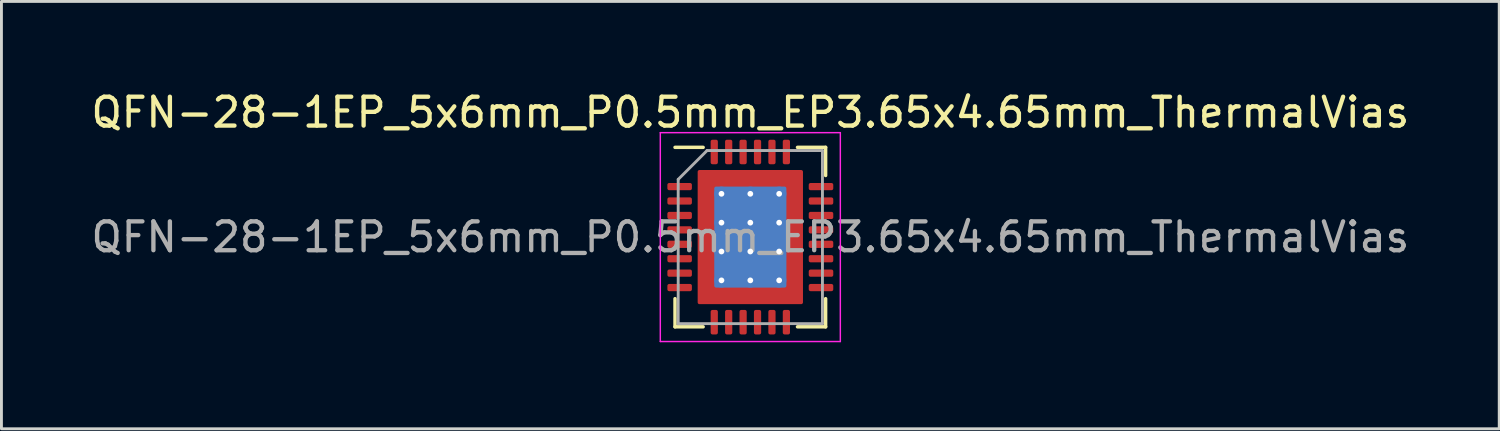
<source format=kicad_pcb>
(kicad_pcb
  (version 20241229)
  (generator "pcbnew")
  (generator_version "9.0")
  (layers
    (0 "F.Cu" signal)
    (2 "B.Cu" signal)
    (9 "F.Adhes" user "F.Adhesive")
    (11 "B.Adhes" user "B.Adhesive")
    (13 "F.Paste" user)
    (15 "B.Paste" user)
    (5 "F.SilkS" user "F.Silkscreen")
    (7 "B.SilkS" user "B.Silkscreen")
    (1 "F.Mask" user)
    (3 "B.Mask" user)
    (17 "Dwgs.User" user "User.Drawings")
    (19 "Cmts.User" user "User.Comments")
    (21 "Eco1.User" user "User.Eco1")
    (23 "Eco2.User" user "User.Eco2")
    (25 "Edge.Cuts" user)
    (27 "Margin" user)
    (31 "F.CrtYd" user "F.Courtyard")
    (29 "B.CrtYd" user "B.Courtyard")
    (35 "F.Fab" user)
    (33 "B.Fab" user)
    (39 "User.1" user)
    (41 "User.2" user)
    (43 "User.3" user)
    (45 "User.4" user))
  (footprint "QFN-28-1EP_5x6mm_P0.5mm_EP3.65x4.65mm_ThermalVias"
    (layer "F.Cu")
    (at 22.958 5.168)
    (property "Reference" "QFN-28-1EP_5x6mm_P0.5mm_EP3.65x4.65mm_ThermalVias" (at 0 -4.32 0) (layer "F.SilkS") (effects (font (size 1 1) (thickness 0.15))))
    (attr smd)
    (fp_line (start -2.61 3.11) (end -2.61 2.135) (stroke (width 0.12) (type solid)) (layer "F.SilkS"))
    (fp_line (start -1.635 -3.11) (end -2.61 -3.11) (stroke (width 0.12) (type solid)) (layer "F.SilkS"))
    (fp_line (start -1.635 3.11) (end -2.61 3.11) (stroke (width 0.12) (type solid)) (layer "F.SilkS"))
    (fp_line (start 1.635 -3.11) (end 2.61 -3.11) (stroke (width 0.12) (type solid)) (layer "F.SilkS"))
    (fp_line (start 1.635 3.11) (end 2.61 3.11) (stroke (width 0.12) (type solid)) (layer "F.SilkS"))
    (fp_line (start 2.61 -3.11) (end 2.61 -2.135) (stroke (width 0.12) (type solid)) (layer "F.SilkS"))
    (fp_line (start 2.61 3.11) (end 2.61 2.135) (stroke (width 0.12) (type solid)) (layer "F.SilkS"))
    (fp_line (start -3.12 -3.62) (end -3.12 3.62) (stroke (width 0.05) (type solid)) (layer "F.CrtYd"))
    (fp_line (start -3.12 3.62) (end 3.12 3.62) (stroke (width 0.05) (type solid)) (layer "F.CrtYd"))
    (fp_line (start 3.12 -3.62) (end -3.12 -3.62) (stroke (width 0.05) (type solid)) (layer "F.CrtYd"))
    (fp_line (start 3.12 3.62) (end 3.12 -3.62) (stroke (width 0.05) (type solid)) (layer "F.CrtYd"))
    (fp_line (start -2.5 -2) (end -1.5 -3) (stroke (width 0.1) (type solid)) (layer "F.Fab"))
    (fp_line (start -2.5 3) (end -2.5 -2) (stroke (width 0.1) (type solid)) (layer "F.Fab"))
    (fp_line (start -1.5 -3) (end 2.5 -3) (stroke (width 0.1) (type solid)) (layer "F.Fab"))
    (fp_line (start 2.5 -3) (end 2.5 3) (stroke (width 0.1) (type solid)) (layer "F.Fab"))
    (fp_line (start 2.5 3) (end -2.5 3) (stroke (width 0.1) (type solid)) (layer "F.Fab"))
    (fp_text user "${REFERENCE}" (at 0 0 0) (layer "F.Fab") (effects (font (size 1 1) (thickness 0.15))))
    (pad "" smd custom (at -1.413 -1.913) (size 0.578 0.578) (layers "F.Paste") (options (anchor circle)) (primitives (gr_poly (pts (xy -0.246 -0.246) (xy 0.246 -0.246) (xy 0.246 0.174) (xy 0.174 0.246) (xy -0.246 0.246)) (width 0.174) (fill yes))))
    (pad "" smd custom (at -1.413 -1) (size 0.59 0.59) (layers "F.Paste") (options (anchor circle)) (primitives (gr_poly (pts (xy -0.258 -0.328) (xy 0.195 -0.328) (xy 0.258 -0.266) (xy 0.258 0.266) (xy 0.195 0.328) (xy -0.258 0.328)) (width 0.15) (fill yes))))
    (pad "" smd custom (at -1.413 0) (size 0.59 0.59) (layers "F.Paste") (options (anchor circle)) (primitives (gr_poly (pts (xy -0.258 -0.328) (xy 0.195 -0.328) (xy 0.258 -0.266) (xy 0.258 0.266) (xy 0.195 0.328) (xy -0.258 0.328)) (width 0.15) (fill yes))))
    (pad "" smd custom (at -1.413 1) (size 0.59 0.59) (layers "F.Paste") (options (anchor circle)) (primitives (gr_poly (pts (xy -0.258 -0.328) (xy 0.195 -0.328) (xy 0.258 -0.266) (xy 0.258 0.266) (xy 0.195 0.328) (xy -0.258 0.328)) (width 0.15) (fill yes))))
    (pad "" smd custom (at -1.413 1.913) (size 0.578 0.578) (layers "F.Paste") (options (anchor circle)) (primitives (gr_poly (pts (xy -0.246 -0.246) (xy 0.174 -0.246) (xy 0.246 -0.174) (xy 0.246 0.246) (xy -0.246 0.246)) (width 0.174) (fill yes))))
    (pad "" smd custom (at -0.5 -1.913) (size 0.59 0.59) (layers "F.Paste") (options (anchor circle)) (primitives (gr_poly (pts (xy -0.328 -0.258) (xy 0.328 -0.258) (xy 0.328 0.195) (xy 0.266 0.258) (xy -0.266 0.258) (xy -0.328 0.195)) (width 0.15) (fill yes))))
    (pad "" smd roundrect (at -0.5 -1) (size 0.806 0.806) (layers "F.Paste") (roundrect_rratio 0.25))
    (pad "" smd roundrect (at -0.5 0) (size 0.806 0.806) (layers "F.Paste") (roundrect_rratio 0.25))
    (pad "" smd roundrect (at -0.5 1) (size 0.806 0.806) (layers "F.Paste") (roundrect_rratio 0.25))
    (pad "" smd custom (at -0.5 1.913) (size 0.59 0.59) (layers "F.Paste") (options (anchor circle)) (primitives (gr_poly (pts (xy -0.328 -0.195) (xy -0.266 -0.258) (xy 0.266 -0.258) (xy 0.328 -0.195) (xy 0.328 0.258) (xy -0.328 0.258)) (width 0.15) (fill yes))))
    (pad "" smd custom (at 0.5 -1.913) (size 0.59 0.59) (layers "F.Paste") (options (anchor circle)) (primitives (gr_poly (pts (xy -0.328 -0.258) (xy 0.328 -0.258) (xy 0.328 0.195) (xy 0.266 0.258) (xy -0.266 0.258) (xy -0.328 0.195)) (width 0.15) (fill yes))))
    (pad "" smd roundrect (at 0.5 -1) (size 0.806 0.806) (layers "F.Paste") (roundrect_rratio 0.25))
    (pad "" smd roundrect (at 0.5 0) (size 0.806 0.806) (layers "F.Paste") (roundrect_rratio 0.25))
    (pad "" smd roundrect (at 0.5 1) (size 0.806 0.806) (layers "F.Paste") (roundrect_rratio 0.25))
    (pad "" smd custom (at 0.5 1.913) (size 0.59 0.59) (layers "F.Paste") (options (anchor circle)) (primitives (gr_poly (pts (xy -0.328 -0.195) (xy -0.266 -0.258) (xy 0.266 -0.258) (xy 0.328 -0.195) (xy 0.328 0.258) (xy -0.328 0.258)) (width 0.15) (fill yes))))
    (pad "" smd custom (at 1.413 -1.913) (size 0.578 0.578) (layers "F.Paste") (options (anchor circle)) (primitives (gr_poly (pts (xy -0.246 -0.246) (xy 0.246 -0.246) (xy 0.246 0.246) (xy -0.174 0.246) (xy -0.246 0.174)) (width 0.174) (fill yes))))
    (pad "" smd custom (at 1.413 -1) (size 0.59 0.59) (layers "F.Paste") (options (anchor circle)) (primitives (gr_poly (pts (xy -0.258 -0.266) (xy -0.195 -0.328) (xy 0.258 -0.328) (xy 0.258 0.328) (xy -0.195 0.328) (xy -0.258 0.266)) (width 0.15) (fill yes))))
    (pad "" smd custom (at 1.413 0) (size 0.59 0.59) (layers "F.Paste") (options (anchor circle)) (primitives (gr_poly (pts (xy -0.258 -0.266) (xy -0.195 -0.328) (xy 0.258 -0.328) (xy 0.258 0.328) (xy -0.195 0.328) (xy -0.258 0.266)) (width 0.15) (fill yes))))
    (pad "" smd custom (at 1.413 1) (size 0.59 0.59) (layers "F.Paste") (options (anchor circle)) (primitives (gr_poly (pts (xy -0.258 -0.266) (xy -0.195 -0.328) (xy 0.258 -0.328) (xy 0.258 0.328) (xy -0.195 0.328) (xy -0.258 0.266)) (width 0.15) (fill yes))))
    (pad "" smd custom (at 1.413 1.913) (size 0.578 0.578) (layers "F.Paste") (options (anchor circle)) (primitives (gr_poly (pts (xy -0.246 -0.174) (xy -0.174 -0.246) (xy 0.246 -0.246) (xy 0.246 0.246) (xy -0.246 0.246)) (width 0.174) (fill yes))))
    (pad "1" smd roundrect (at -2.45 -1.75) (size 0.85 0.25) (layers "F.Cu" "F.Mask" "F.Paste") (roundrect_rratio 0.25))
    (pad "2" smd roundrect (at -2.45 -1.25) (size 0.85 0.25) (layers "F.Cu" "F.Mask" "F.Paste") (roundrect_rratio 0.25))
    (pad "3" smd roundrect (at -2.45 -0.75) (size 0.85 0.25) (layers "F.Cu" "F.Mask" "F.Paste") (roundrect_rratio 0.25))
    (pad "4" smd roundrect (at -2.45 -0.25) (size 0.85 0.25) (layers "F.Cu" "F.Mask" "F.Paste") (roundrect_rratio 0.25))
    (pad "5" smd roundrect (at -2.45 0.25) (size 0.85 0.25) (layers "F.Cu" "F.Mask" "F.Paste") (roundrect_rratio 0.25))
    (pad "6" smd roundrect (at -2.45 0.75) (size 0.85 0.25) (layers "F.Cu" "F.Mask" "F.Paste") (roundrect_rratio 0.25))
    (pad "7" smd roundrect (at -2.45 1.25) (size 0.85 0.25) (layers "F.Cu" "F.Mask" "F.Paste") (roundrect_rratio 0.25))
    (pad "8" smd roundrect (at -2.45 1.75) (size 0.85 0.25) (layers "F.Cu" "F.Mask" "F.Paste") (roundrect_rratio 0.25))
    (pad "9" smd roundrect (at -1.25 2.95) (size 0.25 0.85) (layers "F.Cu" "F.Mask" "F.Paste") (roundrect_rratio 0.25))
    (pad "10" smd roundrect (at -0.75 2.95) (size 0.25 0.85) (layers "F.Cu" "F.Mask" "F.Paste") (roundrect_rratio 0.25))
    (pad "11" smd roundrect (at -0.25 2.95) (size 0.25 0.85) (layers "F.Cu" "F.Mask" "F.Paste") (roundrect_rratio 0.25))
    (pad "12" smd roundrect (at 0.25 2.95) (size 0.25 0.85) (layers "F.Cu" "F.Mask" "F.Paste") (roundrect_rratio 0.25))
    (pad "13" smd roundrect (at 0.75 2.95) (size 0.25 0.85) (layers "F.Cu" "F.Mask" "F.Paste") (roundrect_rratio 0.25))
    (pad "14" smd roundrect (at 1.25 2.95) (size 0.25 0.85) (layers "F.Cu" "F.Mask" "F.Paste") (roundrect_rratio 0.25))
    (pad "15" smd roundrect (at 2.45 1.75) (size 0.85 0.25) (layers "F.Cu" "F.Mask" "F.Paste") (roundrect_rratio 0.25))
    (pad "16" smd roundrect (at 2.45 1.25) (size 0.85 0.25) (layers "F.Cu" "F.Mask" "F.Paste") (roundrect_rratio 0.25))
    (pad "17" smd roundrect (at 2.45 0.75) (size 0.85 0.25) (layers "F.Cu" "F.Mask" "F.Paste") (roundrect_rratio 0.25))
    (pad "18" smd roundrect (at 2.45 0.25) (size 0.85 0.25) (layers "F.Cu" "F.Mask" "F.Paste") (roundrect_rratio 0.25))
    (pad "19" smd roundrect (at 2.45 -0.25) (size 0.85 0.25) (layers "F.Cu" "F.Mask" "F.Paste") (roundrect_rratio 0.25))
    (pad "20" smd roundrect (at 2.45 -0.75) (size 0.85 0.25) (layers "F.Cu" "F.Mask" "F.Paste") (roundrect_rratio 0.25))
    (pad "21" smd roundrect (at 2.45 -1.25) (size 0.85 0.25) (layers "F.Cu" "F.Mask" "F.Paste") (roundrect_rratio 0.25))
    (pad "22" smd roundrect (at 2.45 -1.75) (size 0.85 0.25) (layers "F.Cu" "F.Mask" "F.Paste") (roundrect_rratio 0.25))
    (pad "23" smd roundrect (at 1.25 -2.95) (size 0.25 0.85) (layers "F.Cu" "F.Mask" "F.Paste") (roundrect_rratio 0.25))
    (pad "24" smd roundrect (at 0.75 -2.95) (size 0.25 0.85) (layers "F.Cu" "F.Mask" "F.Paste") (roundrect_rratio 0.25))
    (pad "25" smd roundrect (at 0.25 -2.95) (size 0.25 0.85) (layers "F.Cu" "F.Mask" "F.Paste") (roundrect_rratio 0.25))
    (pad "26" smd roundrect (at -0.25 -2.95) (size 0.25 0.85) (layers "F.Cu" "F.Mask" "F.Paste") (roundrect_rratio 0.25))
    (pad "27" smd roundrect (at -0.75 -2.95) (size 0.25 0.85) (layers "F.Cu" "F.Mask" "F.Paste") (roundrect_rratio 0.25))
    (pad "28" smd roundrect (at -1.25 -2.95) (size 0.25 0.85) (layers "F.Cu" "F.Mask" "F.Paste") (roundrect_rratio 0.25))
    (pad "29" thru_hole circle (at -1 -1.5) (size 0.5 0.5) (drill 0.2) (layers "*.Cu"))
    (pad "29" thru_hole circle (at -1 -0.5) (size 0.5 0.5) (drill 0.2) (layers "*.Cu"))
    (pad "29" thru_hole circle (at -1 0.5) (size 0.5 0.5) (drill 0.2) (layers "*.Cu"))
    (pad "29" thru_hole circle (at -1 1.5) (size 0.5 0.5) (drill 0.2) (layers "*.Cu"))
    (pad "29" thru_hole circle (at 0 -1.5) (size 0.5 0.5) (drill 0.2) (layers "*.Cu"))
    (pad "29" thru_hole circle (at 0 -0.5) (size 0.5 0.5) (drill 0.2) (layers "*.Cu"))
    (pad "29" smd roundrect (at 0 0) (size 2.5 3.5) (layers "B.Cu") (roundrect_rratio 0.025))
    (pad "29" smd roundrect (at 0 0) (size 3.65 4.65) (layers "F.Cu" "F.Mask") (roundrect_rratio 0.017))
    (pad "29" thru_hole circle (at 0 0.5) (size 0.5 0.5) (drill 0.2) (layers "*.Cu"))
    (pad "29" thru_hole circle (at 0 1.5) (size 0.5 0.5) (drill 0.2) (layers "*.Cu"))
    (pad "29" thru_hole circle (at 1 -1.5) (size 0.5 0.5) (drill 0.2) (layers "*.Cu"))
    (pad "29" thru_hole circle (at 1 -0.5) (size 0.5 0.5) (drill 0.2) (layers "*.Cu"))
    (pad "29" thru_hole circle (at 1 0.5) (size 0.5 0.5) (drill 0.2) (layers "*.Cu"))
    (pad "29" thru_hole circle (at 1 1.5) (size 0.5 0.5) (drill 0.2) (layers "*.Cu")))
  (gr_rect
    (start -3 -3)
    (end 48.917 11.813)
    (stroke (width 0.1) (type default))
    (fill no)
    (layer "Edge.Cuts")))
</source>
